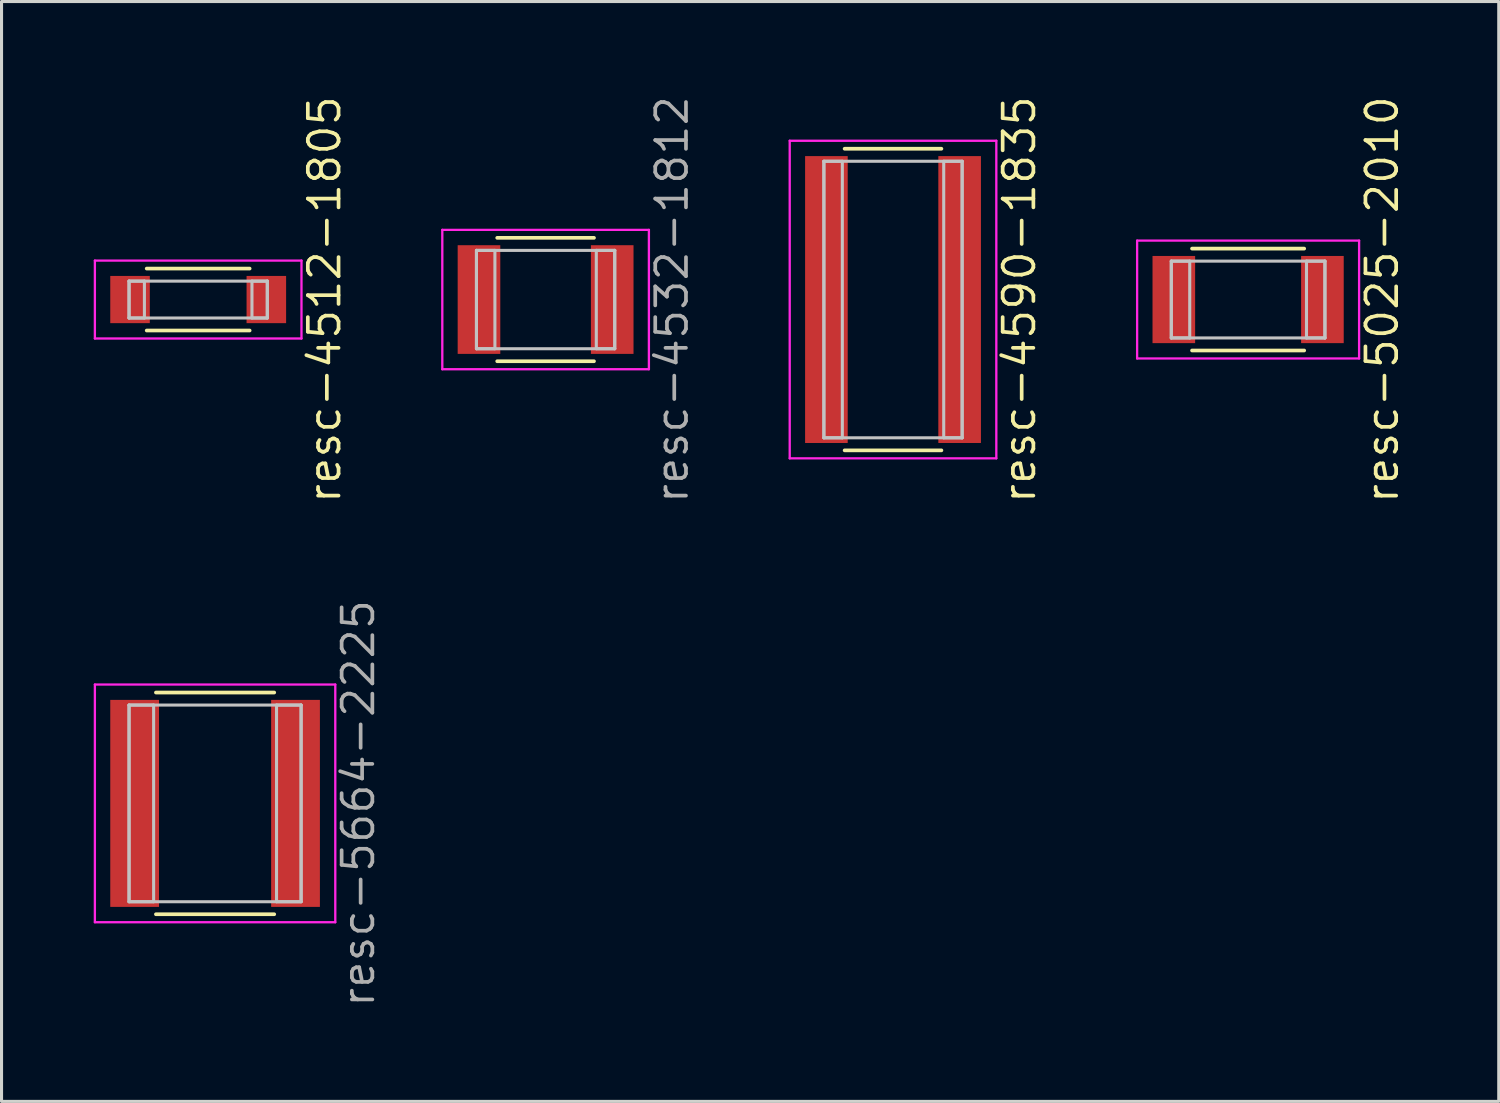
<source format=kicad_pcb>
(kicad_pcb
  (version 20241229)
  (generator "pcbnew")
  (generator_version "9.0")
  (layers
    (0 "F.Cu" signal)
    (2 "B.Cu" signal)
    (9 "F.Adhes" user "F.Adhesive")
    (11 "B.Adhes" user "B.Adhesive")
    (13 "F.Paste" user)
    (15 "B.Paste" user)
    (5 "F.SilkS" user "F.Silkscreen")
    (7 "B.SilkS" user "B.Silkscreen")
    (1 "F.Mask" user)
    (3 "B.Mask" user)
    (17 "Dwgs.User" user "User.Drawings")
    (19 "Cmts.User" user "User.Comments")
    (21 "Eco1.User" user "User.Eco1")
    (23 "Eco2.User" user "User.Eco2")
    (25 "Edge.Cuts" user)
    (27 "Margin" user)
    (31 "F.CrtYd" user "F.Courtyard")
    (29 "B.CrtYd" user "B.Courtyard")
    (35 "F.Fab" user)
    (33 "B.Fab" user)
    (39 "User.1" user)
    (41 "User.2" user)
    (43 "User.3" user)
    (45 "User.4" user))
  (footprint "resc-5025-2010"
    (layer "F.Cu")
    (at 37.571 6.699)
    (property "Reference" "resc-5025-2010" (at 4.362 0 90) (layer "F.SilkS") (effects (font (size 1 1) (thickness 0.12))))
    (attr through_hole)
    (fp_line (start -1.825 -1.658) (end 1.825 -1.658) (stroke (width 0.12) (type solid)) (layer "F.SilkS"))
    (fp_line (start -1.825 1.658) (end 1.825 1.658) (stroke (width 0.12) (type solid)) (layer "F.SilkS"))
    (fp_line (start -2.5 -1.25) (end -2.5 1.25) (stroke (width 0.1) (type solid)) (layer "Dwgs.User"))
    (fp_line (start -2.5 -1.25) (end -2.5 1.25) (stroke (width 0.1) (type solid)) (layer "Dwgs.User"))
    (fp_line (start -2.5 1.25) (end -1.9 1.25) (stroke (width 0.1) (type solid)) (layer "Dwgs.User"))
    (fp_line (start -2.5 1.25) (end 2.5 1.25) (stroke (width 0.1) (type solid)) (layer "Dwgs.User"))
    (fp_line (start -1.9 -1.25) (end -2.5 -1.25) (stroke (width 0.1) (type solid)) (layer "Dwgs.User"))
    (fp_line (start -1.9 1.25) (end -1.9 -1.25) (stroke (width 0.1) (type solid)) (layer "Dwgs.User"))
    (fp_line (start 1.9 -1.25) (end 1.9 1.25) (stroke (width 0.1) (type solid)) (layer "Dwgs.User"))
    (fp_line (start 1.9 1.25) (end 2.5 1.25) (stroke (width 0.1) (type solid)) (layer "Dwgs.User"))
    (fp_line (start 2.5 -1.25) (end -2.5 -1.25) (stroke (width 0.1) (type solid)) (layer "Dwgs.User"))
    (fp_line (start 2.5 -1.25) (end 1.9 -1.25) (stroke (width 0.1) (type solid)) (layer "Dwgs.User"))
    (fp_line (start 2.5 1.25) (end 2.5 -1.25) (stroke (width 0.1) (type solid)) (layer "Dwgs.User"))
    (fp_line (start 2.5 1.25) (end 2.5 -1.25) (stroke (width 0.1) (type solid)) (layer "Dwgs.User"))
    (fp_line (start -3.612 -1.918) (end -3.612 1.918) (stroke (width 0.075) (type solid)) (layer "F.CrtYd"))
    (fp_line (start -3.612 1.918) (end 3.612 1.918) (stroke (width 0.075) (type solid)) (layer "F.CrtYd"))
    (fp_line (start 3.612 -1.918) (end -3.612 -1.918) (stroke (width 0.075) (type solid)) (layer "F.CrtYd"))
    (fp_line (start 3.612 1.918) (end 3.612 -1.918) (stroke (width 0.075) (type solid)) (layer "F.CrtYd"))
    (pad "1" smd rect (at -2.418 0) (size 1.387 2.837) (layers "F.Cu" "F.Mask" "F.Paste"))
    (pad "2" smd rect (at 2.418 0) (size 1.387 2.837) (layers "F.Cu" "F.Mask" "F.Paste")))
  (footprint "resc-4512-1805"
    (layer "F.Cu")
    (at 3.4 6.699)
    (property "Reference" "resc-4512-1805" (at 4.112 0 90) (layer "F.SilkS") (effects (font (size 1 1) (thickness 0.12))))
    (attr through_hole)
    (fp_line (start -1.675 -1.008) (end 1.675 -1.008) (stroke (width 0.12) (type solid)) (layer "F.SilkS"))
    (fp_line (start -1.675 1.008) (end 1.675 1.008) (stroke (width 0.12) (type solid)) (layer "F.SilkS"))
    (fp_line (start -2.25 -0.6) (end -2.25 0.6) (stroke (width 0.1) (type solid)) (layer "Dwgs.User"))
    (fp_line (start -2.25 -0.6) (end -2.25 0.6) (stroke (width 0.1) (type solid)) (layer "Dwgs.User"))
    (fp_line (start -2.25 0.6) (end -1.75 0.6) (stroke (width 0.1) (type solid)) (layer "Dwgs.User"))
    (fp_line (start -2.25 0.6) (end 2.25 0.6) (stroke (width 0.1) (type solid)) (layer "Dwgs.User"))
    (fp_line (start -1.75 -0.6) (end -2.25 -0.6) (stroke (width 0.1) (type solid)) (layer "Dwgs.User"))
    (fp_line (start -1.75 0.6) (end -1.75 -0.6) (stroke (width 0.1) (type solid)) (layer "Dwgs.User"))
    (fp_line (start 1.75 -0.6) (end 1.75 0.6) (stroke (width 0.1) (type solid)) (layer "Dwgs.User"))
    (fp_line (start 1.75 0.6) (end 2.25 0.6) (stroke (width 0.1) (type solid)) (layer "Dwgs.User"))
    (fp_line (start 2.25 -0.6) (end -2.25 -0.6) (stroke (width 0.1) (type solid)) (layer "Dwgs.User"))
    (fp_line (start 2.25 -0.6) (end 1.75 -0.6) (stroke (width 0.1) (type solid)) (layer "Dwgs.User"))
    (fp_line (start 2.25 0.6) (end 2.25 -0.6) (stroke (width 0.1) (type solid)) (layer "Dwgs.User"))
    (fp_line (start 2.25 0.6) (end 2.25 -0.6) (stroke (width 0.1) (type solid)) (layer "Dwgs.User"))
    (fp_line (start -3.362 -1.268) (end -3.362 1.268) (stroke (width 0.075) (type solid)) (layer "F.CrtYd"))
    (fp_line (start -3.362 1.268) (end 3.362 1.268) (stroke (width 0.075) (type solid)) (layer "F.CrtYd"))
    (fp_line (start 3.362 -1.268) (end -3.362 -1.268) (stroke (width 0.075) (type solid)) (layer "F.CrtYd"))
    (fp_line (start 3.362 1.268) (end 3.362 -1.268) (stroke (width 0.075) (type solid)) (layer "F.CrtYd"))
    (pad "1" smd rect (at -2.218 0) (size 1.287 1.537) (layers "F.Cu" "F.Mask" "F.Paste"))
    (pad "2" smd rect (at 2.218 0) (size 1.287 1.537) (layers "F.Cu" "F.Mask" "F.Paste")))
  (footprint "resc-4590-1835"
    (layer "F.Cu")
    (at 26.014 6.699)
    (property "Reference" "resc-4590-1835" (at 4.112 0 90) (layer "F.SilkS") (effects (font (size 1 1) (thickness 0.12))))
    (attr through_hole)
    (fp_line (start -1.575 -4.908) (end 1.575 -4.908) (stroke (width 0.12) (type solid)) (layer "F.SilkS"))
    (fp_line (start -1.575 4.908) (end 1.575 4.908) (stroke (width 0.12) (type solid)) (layer "F.SilkS"))
    (fp_line (start -2.25 -4.5) (end -2.25 4.5) (stroke (width 0.1) (type solid)) (layer "Dwgs.User"))
    (fp_line (start -2.25 -4.5) (end -2.25 4.5) (stroke (width 0.1) (type solid)) (layer "Dwgs.User"))
    (fp_line (start -2.25 4.5) (end -1.65 4.5) (stroke (width 0.1) (type solid)) (layer "Dwgs.User"))
    (fp_line (start -2.25 4.5) (end 2.25 4.5) (stroke (width 0.1) (type solid)) (layer "Dwgs.User"))
    (fp_line (start -1.65 -4.5) (end -2.25 -4.5) (stroke (width 0.1) (type solid)) (layer "Dwgs.User"))
    (fp_line (start -1.65 4.5) (end -1.65 -4.5) (stroke (width 0.1) (type solid)) (layer "Dwgs.User"))
    (fp_line (start 1.65 -4.5) (end 1.65 4.5) (stroke (width 0.1) (type solid)) (layer "Dwgs.User"))
    (fp_line (start 1.65 4.5) (end 2.25 4.5) (stroke (width 0.1) (type solid)) (layer "Dwgs.User"))
    (fp_line (start 2.25 -4.5) (end -2.25 -4.5) (stroke (width 0.1) (type solid)) (layer "Dwgs.User"))
    (fp_line (start 2.25 -4.5) (end 1.65 -4.5) (stroke (width 0.1) (type solid)) (layer "Dwgs.User"))
    (fp_line (start 2.25 4.5) (end 2.25 -4.5) (stroke (width 0.1) (type solid)) (layer "Dwgs.User"))
    (fp_line (start 2.25 4.5) (end 2.25 -4.5) (stroke (width 0.1) (type solid)) (layer "Dwgs.User"))
    (fp_line (start -3.362 -5.168) (end -3.362 5.168) (stroke (width 0.075) (type solid)) (layer "F.CrtYd"))
    (fp_line (start -3.362 5.168) (end 3.362 5.168) (stroke (width 0.075) (type solid)) (layer "F.CrtYd"))
    (fp_line (start 3.362 -5.168) (end -3.362 -5.168) (stroke (width 0.075) (type solid)) (layer "F.CrtYd"))
    (fp_line (start 3.362 5.168) (end 3.362 -5.168) (stroke (width 0.075) (type solid)) (layer "F.CrtYd"))
    (pad "1" smd rect (at -2.168 0) (size 1.387 9.337) (layers "F.Cu" "F.Mask" "F.Paste"))
    (pad "2" smd rect (at 2.168 0) (size 1.387 9.337) (layers "F.Cu" "F.Mask" "F.Paste")))
  (footprint "resc-4532-1812"
    (layer "F.Cu")
    (at 14.707 6.699)
    (property "Reference" "resc-4532-1812" (at 4.112 0 90) (layer "F.Fab") (effects (font (size 1 1) (thickness 0.12))))
    (attr through_hole)
    (fp_line (start -1.575 -2.008) (end 1.575 -2.008) (stroke (width 0.12) (type solid)) (layer "F.SilkS"))
    (fp_line (start -1.575 2.008) (end 1.575 2.008) (stroke (width 0.12) (type solid)) (layer "F.SilkS"))
    (fp_line (start -2.25 -1.6) (end -2.25 1.6) (stroke (width 0.1) (type solid)) (layer "Dwgs.User"))
    (fp_line (start -2.25 -1.6) (end -2.25 1.6) (stroke (width 0.1) (type solid)) (layer "Dwgs.User"))
    (fp_line (start -2.25 1.6) (end -1.65 1.6) (stroke (width 0.1) (type solid)) (layer "Dwgs.User"))
    (fp_line (start -2.25 1.6) (end 2.25 1.6) (stroke (width 0.1) (type solid)) (layer "Dwgs.User"))
    (fp_line (start -1.65 -1.6) (end -2.25 -1.6) (stroke (width 0.1) (type solid)) (layer "Dwgs.User"))
    (fp_line (start -1.65 1.6) (end -1.65 -1.6) (stroke (width 0.1) (type solid)) (layer "Dwgs.User"))
    (fp_line (start 1.65 -1.6) (end 1.65 1.6) (stroke (width 0.1) (type solid)) (layer "Dwgs.User"))
    (fp_line (start 1.65 1.6) (end 2.25 1.6) (stroke (width 0.1) (type solid)) (layer "Dwgs.User"))
    (fp_line (start 2.25 -1.6) (end -2.25 -1.6) (stroke (width 0.1) (type solid)) (layer "Dwgs.User"))
    (fp_line (start 2.25 -1.6) (end 1.65 -1.6) (stroke (width 0.1) (type solid)) (layer "Dwgs.User"))
    (fp_line (start 2.25 1.6) (end 2.25 -1.6) (stroke (width 0.1) (type solid)) (layer "Dwgs.User"))
    (fp_line (start 2.25 1.6) (end 2.25 -1.6) (stroke (width 0.1) (type solid)) (layer "Dwgs.User"))
    (fp_line (start -3.362 -2.268) (end -3.362 2.268) (stroke (width 0.075) (type solid)) (layer "F.CrtYd"))
    (fp_line (start -3.362 2.268) (end 3.362 2.268) (stroke (width 0.075) (type solid)) (layer "F.CrtYd"))
    (fp_line (start 3.362 -2.268) (end -3.362 -2.268) (stroke (width 0.075) (type solid)) (layer "F.CrtYd"))
    (fp_line (start 3.362 2.268) (end 3.362 -2.268) (stroke (width 0.075) (type solid)) (layer "F.CrtYd"))
    (pad "1" smd rect (at -2.168 0) (size 1.387 3.537) (layers "F.Cu" "F.Mask" "F.Paste"))
    (pad "2" smd rect (at 2.168 0) (size 1.387 3.537) (layers "F.Cu" "F.Mask" "F.Paste")))
  (footprint "resc-5664-2225"
    (layer "F.Cu")
    (at 3.95 23.097)
    (property "Reference" "resc-5664-2225" (at 4.662 0 90) (layer "F.Fab") (effects (font (size 1 1) (thickness 0.12))))
    (attr through_hole)
    (fp_line (start -1.925 -3.608) (end 1.925 -3.608) (stroke (width 0.12) (type solid)) (layer "F.SilkS"))
    (fp_line (start -1.925 3.608) (end 1.925 3.608) (stroke (width 0.12) (type solid)) (layer "F.SilkS"))
    (fp_line (start -2.8 -3.2) (end -2.8 3.2) (stroke (width 0.1) (type solid)) (layer "Dwgs.User"))
    (fp_line (start -2.8 -3.2) (end -2.8 3.2) (stroke (width 0.1) (type solid)) (layer "Dwgs.User"))
    (fp_line (start -2.8 3.2) (end -2 3.2) (stroke (width 0.1) (type solid)) (layer "Dwgs.User"))
    (fp_line (start -2.8 3.2) (end 2.8 3.2) (stroke (width 0.1) (type solid)) (layer "Dwgs.User"))
    (fp_line (start -2 -3.2) (end -2.8 -3.2) (stroke (width 0.1) (type solid)) (layer "Dwgs.User"))
    (fp_line (start -2 3.2) (end -2 -3.2) (stroke (width 0.1) (type solid)) (layer "Dwgs.User"))
    (fp_line (start 2 -3.2) (end 2 3.2) (stroke (width 0.1) (type solid)) (layer "Dwgs.User"))
    (fp_line (start 2 3.2) (end 2.8 3.2) (stroke (width 0.1) (type solid)) (layer "Dwgs.User"))
    (fp_line (start 2.8 -3.2) (end -2.8 -3.2) (stroke (width 0.1) (type solid)) (layer "Dwgs.User"))
    (fp_line (start 2.8 -3.2) (end 2 -3.2) (stroke (width 0.1) (type solid)) (layer "Dwgs.User"))
    (fp_line (start 2.8 3.2) (end 2.8 -3.2) (stroke (width 0.1) (type solid)) (layer "Dwgs.User"))
    (fp_line (start 2.8 3.2) (end 2.8 -3.2) (stroke (width 0.1) (type solid)) (layer "Dwgs.User"))
    (fp_line (start -3.912 -3.868) (end -3.912 3.868) (stroke (width 0.075) (type solid)) (layer "F.CrtYd"))
    (fp_line (start -3.912 3.868) (end 3.912 3.868) (stroke (width 0.075) (type solid)) (layer "F.CrtYd"))
    (fp_line (start 3.912 -3.868) (end -3.912 -3.868) (stroke (width 0.075) (type solid)) (layer "F.CrtYd"))
    (fp_line (start 3.912 3.868) (end 3.912 -3.868) (stroke (width 0.075) (type solid)) (layer "F.CrtYd"))
    (pad "1" smd rect (at -2.618 0) (size 1.587 6.737) (layers "F.Cu" "F.Mask" "F.Paste"))
    (pad "2" smd rect (at 2.618 0) (size 1.587 6.737) (layers "F.Cu" "F.Mask" "F.Paste")))
  (gr_rect
    (start -3 -3)
    (end 45.728 32.796)
    (stroke (width 0.1) (type default))
    (fill no)
    (layer "Edge.Cuts")))
</source>
